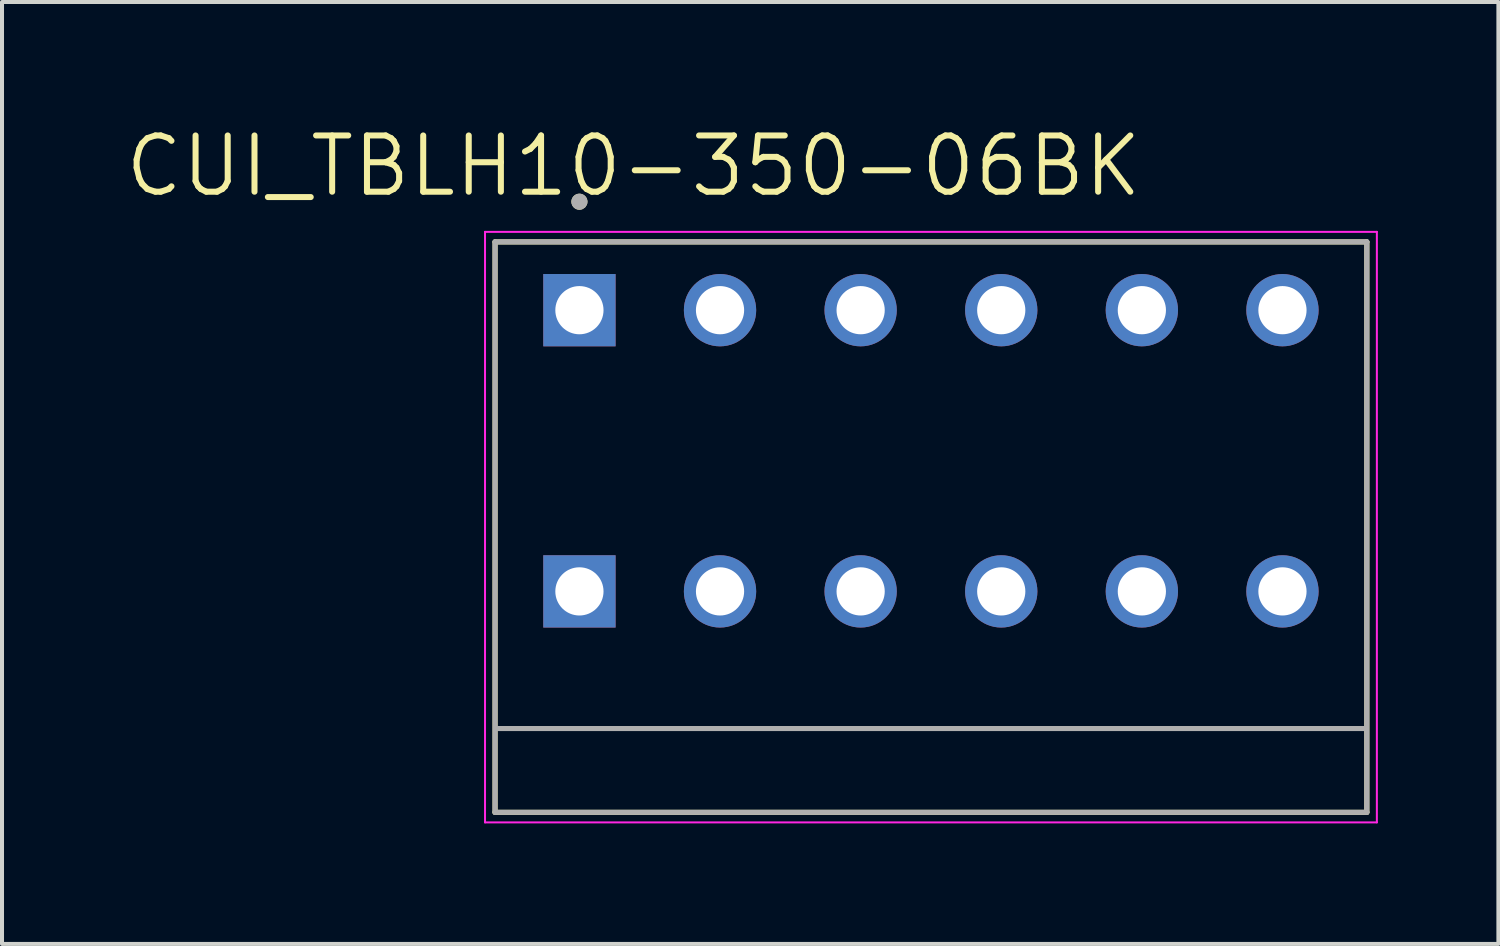
<source format=kicad_pcb>
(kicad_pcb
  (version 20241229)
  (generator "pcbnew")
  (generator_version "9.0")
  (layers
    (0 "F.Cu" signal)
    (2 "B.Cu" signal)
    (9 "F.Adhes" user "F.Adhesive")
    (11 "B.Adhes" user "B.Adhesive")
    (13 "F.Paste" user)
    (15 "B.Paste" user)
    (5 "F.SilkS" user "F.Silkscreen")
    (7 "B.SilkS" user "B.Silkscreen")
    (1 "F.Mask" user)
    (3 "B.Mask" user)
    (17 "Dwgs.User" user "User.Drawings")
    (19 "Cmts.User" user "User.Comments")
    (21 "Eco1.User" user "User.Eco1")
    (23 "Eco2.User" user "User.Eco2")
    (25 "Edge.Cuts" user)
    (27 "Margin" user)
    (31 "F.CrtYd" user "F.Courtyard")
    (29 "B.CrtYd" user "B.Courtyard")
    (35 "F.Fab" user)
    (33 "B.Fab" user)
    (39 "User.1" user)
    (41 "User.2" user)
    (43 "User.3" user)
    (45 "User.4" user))
  (footprint "CUI_TBLH10-350-06BK"
    (layer "F.Cu")
    (at 11.373 4.671)
    (property "Reference" "CUI_TBLH10-350-06BK" (at 1.345 -3.589 0) (layer "F.SilkS") (effects (font (size 1.4 1.4) (thickness 0.15))))
    (attr through_hole)
    (fp_line (start -2.1 -1.7) (end 19.6 -1.7) (stroke (width 0.127) (type solid)) (layer "F.SilkS"))
    (fp_line (start -2.1 12.5) (end -2.1 -1.7) (stroke (width 0.127) (type solid)) (layer "F.SilkS"))
    (fp_line (start 19.6 -1.7) (end 19.6 12.5) (stroke (width 0.127) (type solid)) (layer "F.SilkS"))
    (fp_line (start 19.6 12.5) (end -2.1 12.5) (stroke (width 0.127) (type solid)) (layer "F.SilkS"))
    (fp_circle (center 0 -2.7) (end 0.1 -2.7) (stroke (width 0.2) (type solid)) (fill no) (layer "F.SilkS"))
    (fp_line (start -2.35 -1.95) (end 19.85 -1.95) (stroke (width 0.05) (type solid)) (layer "F.CrtYd"))
    (fp_line (start -2.35 12.75) (end -2.35 -1.95) (stroke (width 0.05) (type solid)) (layer "F.CrtYd"))
    (fp_line (start 19.85 -1.95) (end 19.85 12.75) (stroke (width 0.05) (type solid)) (layer "F.CrtYd"))
    (fp_line (start 19.85 12.75) (end -2.35 12.75) (stroke (width 0.05) (type solid)) (layer "F.CrtYd"))
    (fp_line (start -2.1 -1.7) (end 19.6 -1.7) (stroke (width 0.127) (type solid)) (layer "F.Fab"))
    (fp_line (start -2.1 12.5) (end -2.1 -1.7) (stroke (width 0.127) (type solid)) (layer "F.Fab"))
    (fp_line (start -2.032 10.414) (end 19.558 10.414) (stroke (width 0.127) (type solid)) (layer "F.Fab"))
    (fp_line (start 19.6 -1.7) (end 19.6 12.5) (stroke (width 0.127) (type solid)) (layer "F.Fab"))
    (fp_line (start 19.6 12.5) (end -2.1 12.5) (stroke (width 0.127) (type solid)) (layer "F.Fab"))
    (fp_circle (center 0 -2.7) (end 0.1 -2.7) (stroke (width 0.2) (type solid)) (fill no) (layer "F.Fab"))
    (pad "1_A" thru_hole rect (at 0 0) (size 1.8 1.8) (drill 1.2) (layers "*.Cu" "*.Mask"))
    (pad "1_B" thru_hole rect (at 0 7) (size 1.8 1.8) (drill 1.2) (layers "*.Cu" "*.Mask"))
    (pad "2_A" thru_hole circle (at 3.5 0) (size 1.8 1.8) (drill 1.2) (layers "*.Cu" "*.Mask"))
    (pad "2_B" thru_hole circle (at 3.5 7) (size 1.8 1.8) (drill 1.2) (layers "*.Cu" "*.Mask"))
    (pad "3_A" thru_hole circle (at 7 0) (size 1.8 1.8) (drill 1.2) (layers "*.Cu" "*.Mask"))
    (pad "3_B" thru_hole circle (at 7 7) (size 1.8 1.8) (drill 1.2) (layers "*.Cu" "*.Mask"))
    (pad "4_A" thru_hole circle (at 10.5 0) (size 1.8 1.8) (drill 1.2) (layers "*.Cu" "*.Mask"))
    (pad "4_B" thru_hole circle (at 10.5 7) (size 1.8 1.8) (drill 1.2) (layers "*.Cu" "*.Mask"))
    (pad "5_A" thru_hole circle (at 14 0) (size 1.8 1.8) (drill 1.2) (layers "*.Cu" "*.Mask"))
    (pad "5_B" thru_hole circle (at 14 7) (size 1.8 1.8) (drill 1.2) (layers "*.Cu" "*.Mask"))
    (pad "6_A" thru_hole circle (at 17.5 0) (size 1.8 1.8) (drill 1.2) (layers "*.Cu" "*.Mask"))
    (pad "6_B" thru_hole circle (at 17.5 7) (size 1.8 1.8) (drill 1.2) (layers "*.Cu" "*.Mask")))
  (gr_rect
    (start -3 -3)
    (end 34.248 20.446)
    (stroke (width 0.1) (type default))
    (fill no)
    (layer "Edge.Cuts")))
</source>
